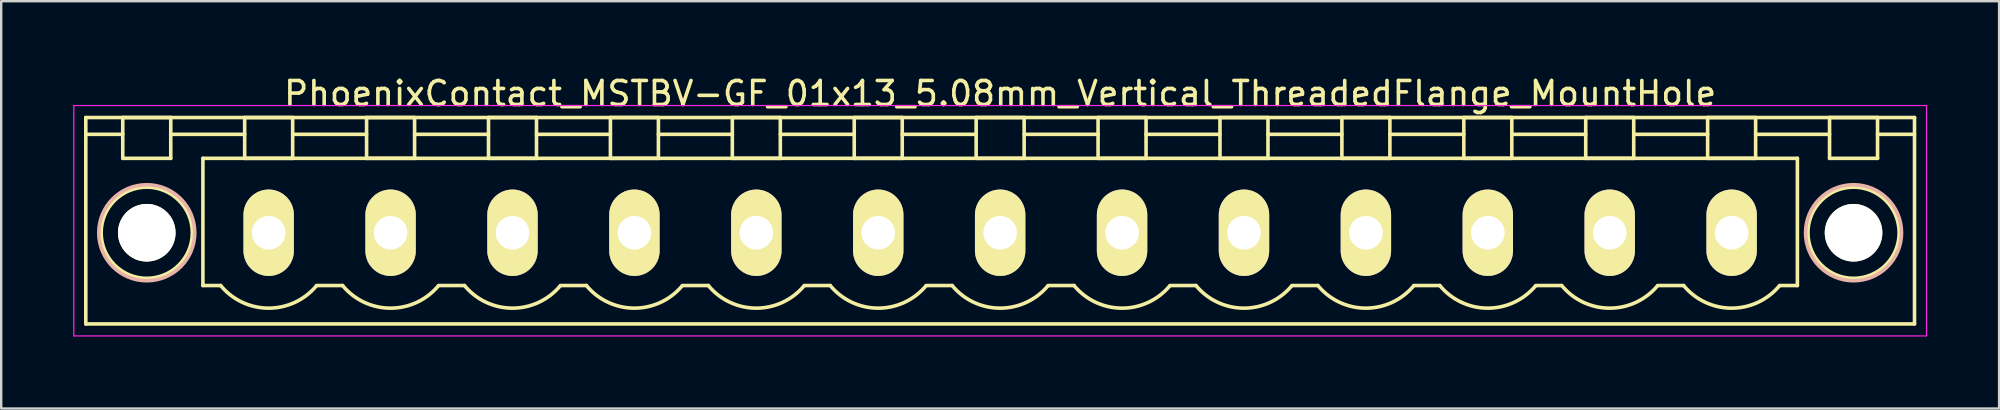
<source format=kicad_pcb>
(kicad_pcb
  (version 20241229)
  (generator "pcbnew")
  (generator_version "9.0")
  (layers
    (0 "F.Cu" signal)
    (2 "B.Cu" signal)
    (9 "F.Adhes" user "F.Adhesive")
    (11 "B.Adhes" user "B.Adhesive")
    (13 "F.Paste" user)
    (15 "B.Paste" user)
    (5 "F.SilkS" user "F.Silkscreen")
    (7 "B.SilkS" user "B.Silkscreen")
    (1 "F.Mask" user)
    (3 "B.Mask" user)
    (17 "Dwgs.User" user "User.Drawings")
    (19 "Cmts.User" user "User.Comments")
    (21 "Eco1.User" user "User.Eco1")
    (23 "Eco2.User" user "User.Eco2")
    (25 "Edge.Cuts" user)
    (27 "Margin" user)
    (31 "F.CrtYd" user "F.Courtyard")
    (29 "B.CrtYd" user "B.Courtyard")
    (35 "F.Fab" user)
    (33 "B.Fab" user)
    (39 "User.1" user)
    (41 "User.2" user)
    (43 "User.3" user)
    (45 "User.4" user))
  (footprint "PhoenixContact_MSTBV-GF_01x13_5.08mm_Vertical_ThreadedFlange_MountHole"
    (layer "F.Cu")
    (at 8.145 6.648)
    (property "Reference" "PhoenixContact_MSTBV-GF_01x13_5.08mm_Vertical_ThreadedFlange_MountHole" (at 30.48 -5.8 0) (layer "F.SilkS") (effects (font (size 1 1) (thickness 0.15))))
    (attr through_hole)
    (fp_line (start -7.62 -4.8) (end -7.62 3.8) (stroke (width 0.15) (type solid)) (layer "F.SilkS"))
    (fp_line (start -7.62 -4.1) (end -6.08 -4.1) (stroke (width 0.15) (type solid)) (layer "F.SilkS"))
    (fp_line (start -7.62 3.8) (end 68.58 3.8) (stroke (width 0.15) (type solid)) (layer "F.SilkS"))
    (fp_line (start -6.08 -4.8) (end -4.08 -4.8) (stroke (width 0.15) (type solid)) (layer "F.SilkS"))
    (fp_line (start -6.08 -3.1) (end -6.08 -4.8) (stroke (width 0.15) (type solid)) (layer "F.SilkS"))
    (fp_line (start -4.08 -4.8) (end -4.08 -3.1) (stroke (width 0.15) (type solid)) (layer "F.SilkS"))
    (fp_line (start -4.08 -4.1) (end -1 -4.1) (stroke (width 0.15) (type solid)) (layer "F.SilkS"))
    (fp_line (start -4.08 -3.1) (end -6.08 -3.1) (stroke (width 0.15) (type solid)) (layer "F.SilkS"))
    (fp_line (start -2.74 -3.1) (end 63.7 -3.1) (stroke (width 0.15) (type solid)) (layer "F.SilkS"))
    (fp_line (start -2.74 2.2) (end -2.74 -3.1) (stroke (width 0.15) (type solid)) (layer "F.SilkS"))
    (fp_line (start -2 2.2) (end -2.74 2.2) (stroke (width 0.15) (type solid)) (layer "F.SilkS"))
    (fp_line (start -1 -4.8) (end 1 -4.8) (stroke (width 0.15) (type solid)) (layer "F.SilkS"))
    (fp_line (start -1 -3.1) (end -1 -4.8) (stroke (width 0.15) (type solid)) (layer "F.SilkS"))
    (fp_line (start 1 -4.8) (end 1 -3.1) (stroke (width 0.15) (type solid)) (layer "F.SilkS"))
    (fp_line (start 1 -4.1) (end 4.08 -4.1) (stroke (width 0.15) (type solid)) (layer "F.SilkS"))
    (fp_line (start 1 -3.1) (end -1 -3.1) (stroke (width 0.15) (type solid)) (layer "F.SilkS"))
    (fp_line (start 2 2.2) (end 3.08 2.2) (stroke (width 0.15) (type solid)) (layer "F.SilkS"))
    (fp_line (start 4.08 -4.8) (end 6.08 -4.8) (stroke (width 0.15) (type solid)) (layer "F.SilkS"))
    (fp_line (start 4.08 -3.1) (end 4.08 -4.8) (stroke (width 0.15) (type solid)) (layer "F.SilkS"))
    (fp_line (start 6.08 -4.8) (end 6.08 -3.1) (stroke (width 0.15) (type solid)) (layer "F.SilkS"))
    (fp_line (start 6.08 -4.1) (end 9.16 -4.1) (stroke (width 0.15) (type solid)) (layer "F.SilkS"))
    (fp_line (start 6.08 -3.1) (end 4.08 -3.1) (stroke (width 0.15) (type solid)) (layer "F.SilkS"))
    (fp_line (start 7.08 2.2) (end 8.16 2.2) (stroke (width 0.15) (type solid)) (layer "F.SilkS"))
    (fp_line (start 9.16 -4.8) (end 11.16 -4.8) (stroke (width 0.15) (type solid)) (layer "F.SilkS"))
    (fp_line (start 9.16 -3.1) (end 9.16 -4.8) (stroke (width 0.15) (type solid)) (layer "F.SilkS"))
    (fp_line (start 11.16 -4.8) (end 11.16 -3.1) (stroke (width 0.15) (type solid)) (layer "F.SilkS"))
    (fp_line (start 11.16 -4.1) (end 14.24 -4.1) (stroke (width 0.15) (type solid)) (layer "F.SilkS"))
    (fp_line (start 11.16 -3.1) (end 9.16 -3.1) (stroke (width 0.15) (type solid)) (layer "F.SilkS"))
    (fp_line (start 12.16 2.2) (end 13.24 2.2) (stroke (width 0.15) (type solid)) (layer "F.SilkS"))
    (fp_line (start 14.24 -4.8) (end 16.24 -4.8) (stroke (width 0.15) (type solid)) (layer "F.SilkS"))
    (fp_line (start 14.24 -3.1) (end 14.24 -4.8) (stroke (width 0.15) (type solid)) (layer "F.SilkS"))
    (fp_line (start 16.24 -4.8) (end 16.24 -3.1) (stroke (width 0.15) (type solid)) (layer "F.SilkS"))
    (fp_line (start 16.24 -4.1) (end 19.32 -4.1) (stroke (width 0.15) (type solid)) (layer "F.SilkS"))
    (fp_line (start 16.24 -3.1) (end 14.24 -3.1) (stroke (width 0.15) (type solid)) (layer "F.SilkS"))
    (fp_line (start 17.24 2.2) (end 18.32 2.2) (stroke (width 0.15) (type solid)) (layer "F.SilkS"))
    (fp_line (start 19.32 -4.8) (end 21.32 -4.8) (stroke (width 0.15) (type solid)) (layer "F.SilkS"))
    (fp_line (start 19.32 -3.1) (end 19.32 -4.8) (stroke (width 0.15) (type solid)) (layer "F.SilkS"))
    (fp_line (start 21.32 -4.8) (end 21.32 -3.1) (stroke (width 0.15) (type solid)) (layer "F.SilkS"))
    (fp_line (start 21.32 -4.1) (end 24.4 -4.1) (stroke (width 0.15) (type solid)) (layer "F.SilkS"))
    (fp_line (start 21.32 -3.1) (end 19.32 -3.1) (stroke (width 0.15) (type solid)) (layer "F.SilkS"))
    (fp_line (start 22.32 2.2) (end 23.4 2.2) (stroke (width 0.15) (type solid)) (layer "F.SilkS"))
    (fp_line (start 24.4 -4.8) (end 26.4 -4.8) (stroke (width 0.15) (type solid)) (layer "F.SilkS"))
    (fp_line (start 24.4 -3.1) (end 24.4 -4.8) (stroke (width 0.15) (type solid)) (layer "F.SilkS"))
    (fp_line (start 26.4 -4.8) (end 26.4 -3.1) (stroke (width 0.15) (type solid)) (layer "F.SilkS"))
    (fp_line (start 26.4 -4.1) (end 29.48 -4.1) (stroke (width 0.15) (type solid)) (layer "F.SilkS"))
    (fp_line (start 26.4 -3.1) (end 24.4 -3.1) (stroke (width 0.15) (type solid)) (layer "F.SilkS"))
    (fp_line (start 27.4 2.2) (end 28.48 2.2) (stroke (width 0.15) (type solid)) (layer "F.SilkS"))
    (fp_line (start 29.48 -4.8) (end 31.48 -4.8) (stroke (width 0.15) (type solid)) (layer "F.SilkS"))
    (fp_line (start 29.48 -3.1) (end 29.48 -4.8) (stroke (width 0.15) (type solid)) (layer "F.SilkS"))
    (fp_line (start 31.48 -4.8) (end 31.48 -3.1) (stroke (width 0.15) (type solid)) (layer "F.SilkS"))
    (fp_line (start 31.48 -4.1) (end 34.56 -4.1) (stroke (width 0.15) (type solid)) (layer "F.SilkS"))
    (fp_line (start 31.48 -3.1) (end 29.48 -3.1) (stroke (width 0.15) (type solid)) (layer "F.SilkS"))
    (fp_line (start 32.48 2.2) (end 33.56 2.2) (stroke (width 0.15) (type solid)) (layer "F.SilkS"))
    (fp_line (start 34.56 -4.8) (end 36.56 -4.8) (stroke (width 0.15) (type solid)) (layer "F.SilkS"))
    (fp_line (start 34.56 -3.1) (end 34.56 -4.8) (stroke (width 0.15) (type solid)) (layer "F.SilkS"))
    (fp_line (start 36.56 -4.8) (end 36.56 -3.1) (stroke (width 0.15) (type solid)) (layer "F.SilkS"))
    (fp_line (start 36.56 -4.1) (end 39.64 -4.1) (stroke (width 0.15) (type solid)) (layer "F.SilkS"))
    (fp_line (start 36.56 -3.1) (end 34.56 -3.1) (stroke (width 0.15) (type solid)) (layer "F.SilkS"))
    (fp_line (start 37.56 2.2) (end 38.64 2.2) (stroke (width 0.15) (type solid)) (layer "F.SilkS"))
    (fp_line (start 39.64 -4.8) (end 41.64 -4.8) (stroke (width 0.15) (type solid)) (layer "F.SilkS"))
    (fp_line (start 39.64 -3.1) (end 39.64 -4.8) (stroke (width 0.15) (type solid)) (layer "F.SilkS"))
    (fp_line (start 41.64 -4.8) (end 41.64 -3.1) (stroke (width 0.15) (type solid)) (layer "F.SilkS"))
    (fp_line (start 41.64 -4.1) (end 44.72 -4.1) (stroke (width 0.15) (type solid)) (layer "F.SilkS"))
    (fp_line (start 41.64 -3.1) (end 39.64 -3.1) (stroke (width 0.15) (type solid)) (layer "F.SilkS"))
    (fp_line (start 42.64 2.2) (end 43.72 2.2) (stroke (width 0.15) (type solid)) (layer "F.SilkS"))
    (fp_line (start 44.72 -4.8) (end 46.72 -4.8) (stroke (width 0.15) (type solid)) (layer "F.SilkS"))
    (fp_line (start 44.72 -3.1) (end 44.72 -4.8) (stroke (width 0.15) (type solid)) (layer "F.SilkS"))
    (fp_line (start 46.72 -4.8) (end 46.72 -3.1) (stroke (width 0.15) (type solid)) (layer "F.SilkS"))
    (fp_line (start 46.72 -4.1) (end 49.8 -4.1) (stroke (width 0.15) (type solid)) (layer "F.SilkS"))
    (fp_line (start 46.72 -3.1) (end 44.72 -3.1) (stroke (width 0.15) (type solid)) (layer "F.SilkS"))
    (fp_line (start 47.72 2.2) (end 48.8 2.2) (stroke (width 0.15) (type solid)) (layer "F.SilkS"))
    (fp_line (start 49.8 -4.8) (end 51.8 -4.8) (stroke (width 0.15) (type solid)) (layer "F.SilkS"))
    (fp_line (start 49.8 -3.1) (end 49.8 -4.8) (stroke (width 0.15) (type solid)) (layer "F.SilkS"))
    (fp_line (start 51.8 -4.8) (end 51.8 -3.1) (stroke (width 0.15) (type solid)) (layer "F.SilkS"))
    (fp_line (start 51.8 -4.1) (end 54.88 -4.1) (stroke (width 0.15) (type solid)) (layer "F.SilkS"))
    (fp_line (start 51.8 -3.1) (end 49.8 -3.1) (stroke (width 0.15) (type solid)) (layer "F.SilkS"))
    (fp_line (start 52.8 2.2) (end 53.88 2.2) (stroke (width 0.15) (type solid)) (layer "F.SilkS"))
    (fp_line (start 54.88 -4.8) (end 56.88 -4.8) (stroke (width 0.15) (type solid)) (layer "F.SilkS"))
    (fp_line (start 54.88 -3.1) (end 54.88 -4.8) (stroke (width 0.15) (type solid)) (layer "F.SilkS"))
    (fp_line (start 56.88 -4.8) (end 56.88 -3.1) (stroke (width 0.15) (type solid)) (layer "F.SilkS"))
    (fp_line (start 56.88 -4.1) (end 59.96 -4.1) (stroke (width 0.15) (type solid)) (layer "F.SilkS"))
    (fp_line (start 56.88 -3.1) (end 54.88 -3.1) (stroke (width 0.15) (type solid)) (layer "F.SilkS"))
    (fp_line (start 57.88 2.2) (end 58.96 2.2) (stroke (width 0.15) (type solid)) (layer "F.SilkS"))
    (fp_line (start 59.96 -4.8) (end 61.96 -4.8) (stroke (width 0.15) (type solid)) (layer "F.SilkS"))
    (fp_line (start 59.96 -3.1) (end 59.96 -4.8) (stroke (width 0.15) (type solid)) (layer "F.SilkS"))
    (fp_line (start 61.96 -4.8) (end 61.96 -3.1) (stroke (width 0.15) (type solid)) (layer "F.SilkS"))
    (fp_line (start 61.96 -4.1) (end 65.04 -4.1) (stroke (width 0.15) (type solid)) (layer "F.SilkS"))
    (fp_line (start 61.96 -3.1) (end 59.96 -3.1) (stroke (width 0.15) (type solid)) (layer "F.SilkS"))
    (fp_line (start 63.7 -3.1) (end 63.7 2.2) (stroke (width 0.15) (type solid)) (layer "F.SilkS"))
    (fp_line (start 63.7 2.2) (end 62.96 2.2) (stroke (width 0.15) (type solid)) (layer "F.SilkS"))
    (fp_line (start 65.04 -4.8) (end 67.04 -4.8) (stroke (width 0.15) (type solid)) (layer "F.SilkS"))
    (fp_line (start 65.04 -3.1) (end 65.04 -4.8) (stroke (width 0.15) (type solid)) (layer "F.SilkS"))
    (fp_line (start 67.04 -4.8) (end 67.04 -3.1) (stroke (width 0.15) (type solid)) (layer "F.SilkS"))
    (fp_line (start 67.04 -3.1) (end 65.04 -3.1) (stroke (width 0.15) (type solid)) (layer "F.SilkS"))
    (fp_line (start 68.58 -4.8) (end -7.62 -4.8) (stroke (width 0.15) (type solid)) (layer "F.SilkS"))
    (fp_line (start 68.58 -4.1) (end 67.04 -4.1) (stroke (width 0.15) (type solid)) (layer "F.SilkS"))
    (fp_line (start 68.58 3.8) (end 68.58 -4.8) (stroke (width 0.15) (type solid)) (layer "F.SilkS"))
    (fp_arc (start 1.986842 2.215821) (mid -0.010289 3.142758) (end -2 2.2) (stroke (width 0.15) (type solid)) (layer "F.SilkS"))
    (fp_arc (start 7.066842 2.215821) (mid 5.069711 3.142758) (end 3.08 2.2) (stroke (width 0.15) (type solid)) (layer "F.SilkS"))
    (fp_arc (start 12.146842 2.215821) (mid 10.149711 3.142758) (end 8.16 2.2) (stroke (width 0.15) (type solid)) (layer "F.SilkS"))
    (fp_arc (start 17.226842 2.215821) (mid 15.229711 3.142758) (end 13.24 2.2) (stroke (width 0.15) (type solid)) (layer "F.SilkS"))
    (fp_arc (start 22.306842 2.215821) (mid 20.309711 3.142758) (end 18.32 2.2) (stroke (width 0.15) (type solid)) (layer "F.SilkS"))
    (fp_arc (start 27.386842 2.215821) (mid 25.389711 3.142758) (end 23.4 2.2) (stroke (width 0.15) (type solid)) (layer "F.SilkS"))
    (fp_arc (start 32.466842 2.215821) (mid 30.469711 3.142758) (end 28.48 2.2) (stroke (width 0.15) (type solid)) (layer "F.SilkS"))
    (fp_arc (start 37.546842 2.215821) (mid 35.549711 3.142758) (end 33.56 2.2) (stroke (width 0.15) (type solid)) (layer "F.SilkS"))
    (fp_arc (start 42.626842 2.215821) (mid 40.629711 3.142758) (end 38.64 2.2) (stroke (width 0.15) (type solid)) (layer "F.SilkS"))
    (fp_arc (start 47.706842 2.215821) (mid 45.709711 3.142758) (end 43.72 2.2) (stroke (width 0.15) (type solid)) (layer "F.SilkS"))
    (fp_arc (start 52.786842 2.215821) (mid 50.789711 3.142758) (end 48.8 2.2) (stroke (width 0.15) (type solid)) (layer "F.SilkS"))
    (fp_arc (start 57.866842 2.215821) (mid 55.869711 3.142758) (end 53.88 2.2) (stroke (width 0.15) (type solid)) (layer "F.SilkS"))
    (fp_arc (start 62.946842 2.215821) (mid 60.949711 3.142758) (end 58.96 2.2) (stroke (width 0.15) (type solid)) (layer "F.SilkS"))
    (fp_circle (center -5.08 0) (end -4.08 0) (stroke (width 0.15) (type solid)) (fill no) (layer "F.SilkS"))
    (fp_circle (center -5.08 0) (end -3.18 0) (stroke (width 0.15) (type solid)) (fill no) (layer "F.SilkS"))
    (fp_circle (center 66.04 0) (end 67.04 0) (stroke (width 0.15) (type solid)) (fill no) (layer "F.SilkS"))
    (fp_circle (center 66.04 0) (end 67.94 0) (stroke (width 0.15) (type solid)) (fill no) (layer "F.SilkS"))
    (fp_circle (center -5.08 0) (end -3.08 0) (stroke (width 0.15) (type solid)) (fill no) (layer "B.SilkS"))
    (fp_circle (center 66.04 0) (end 68.04 0) (stroke (width 0.15) (type solid)) (fill no) (layer "B.SilkS"))
    (fp_line (start -8.12 -5.3) (end -8.12 4.3) (stroke (width 0.05) (type solid)) (layer "F.CrtYd"))
    (fp_line (start -8.12 4.3) (end 69.08 4.3) (stroke (width 0.05) (type solid)) (layer "F.CrtYd"))
    (fp_line (start 69.08 -5.3) (end -8.12 -5.3) (stroke (width 0.05) (type solid)) (layer "F.CrtYd"))
    (fp_line (start 69.08 4.3) (end 69.08 -5.3) (stroke (width 0.05) (type solid)) (layer "F.CrtYd"))
    (pad "" np_thru_hole circle (at -5.08 0) (size 2.4 2.4) (drill 2.4) (layers "*.Cu" "*.Mask" "F.SilkS"))
    (pad "" np_thru_hole circle (at 66.04 0) (size 2.4 2.4) (drill 2.4) (layers "*.Cu" "*.Mask" "F.SilkS"))
    (pad "1" thru_hole oval (at 0 0) (size 2.1 3.6) (drill 1.4) (layers "*.Cu" "*.Mask" "F.SilkS"))
    (pad "2" thru_hole oval (at 5.08 0) (size 2.1 3.6) (drill 1.4) (layers "*.Cu" "*.Mask" "F.SilkS"))
    (pad "3" thru_hole oval (at 10.16 0) (size 2.1 3.6) (drill 1.4) (layers "*.Cu" "*.Mask" "F.SilkS"))
    (pad "4" thru_hole oval (at 15.24 0) (size 2.1 3.6) (drill 1.4) (layers "*.Cu" "*.Mask" "F.SilkS"))
    (pad "5" thru_hole oval (at 20.32 0) (size 2.1 3.6) (drill 1.4) (layers "*.Cu" "*.Mask" "F.SilkS"))
    (pad "6" thru_hole oval (at 25.4 0) (size 2.1 3.6) (drill 1.4) (layers "*.Cu" "*.Mask" "F.SilkS"))
    (pad "7" thru_hole oval (at 30.48 0) (size 2.1 3.6) (drill 1.4) (layers "*.Cu" "*.Mask" "F.SilkS"))
    (pad "8" thru_hole oval (at 35.56 0) (size 2.1 3.6) (drill 1.4) (layers "*.Cu" "*.Mask" "F.SilkS"))
    (pad "9" thru_hole oval (at 40.64 0) (size 2.1 3.6) (drill 1.4) (layers "*.Cu" "*.Mask" "F.SilkS"))
    (pad "10" thru_hole oval (at 45.72 0) (size 2.1 3.6) (drill 1.4) (layers "*.Cu" "*.Mask" "F.SilkS"))
    (pad "11" thru_hole oval (at 50.8 0) (size 2.1 3.6) (drill 1.4) (layers "*.Cu" "*.Mask" "F.SilkS"))
    (pad "12" thru_hole oval (at 55.88 0) (size 2.1 3.6) (drill 1.4) (layers "*.Cu" "*.Mask" "F.SilkS"))
    (pad "13" thru_hole oval (at 60.96 0) (size 2.1 3.6) (drill 1.4) (layers "*.Cu" "*.Mask" "F.SilkS")))
  (gr_rect
    (start -3 -3)
    (end 80.25 13.973)
    (stroke (width 0.1) (type default))
    (fill no)
    (layer "Edge.Cuts")))
</source>
